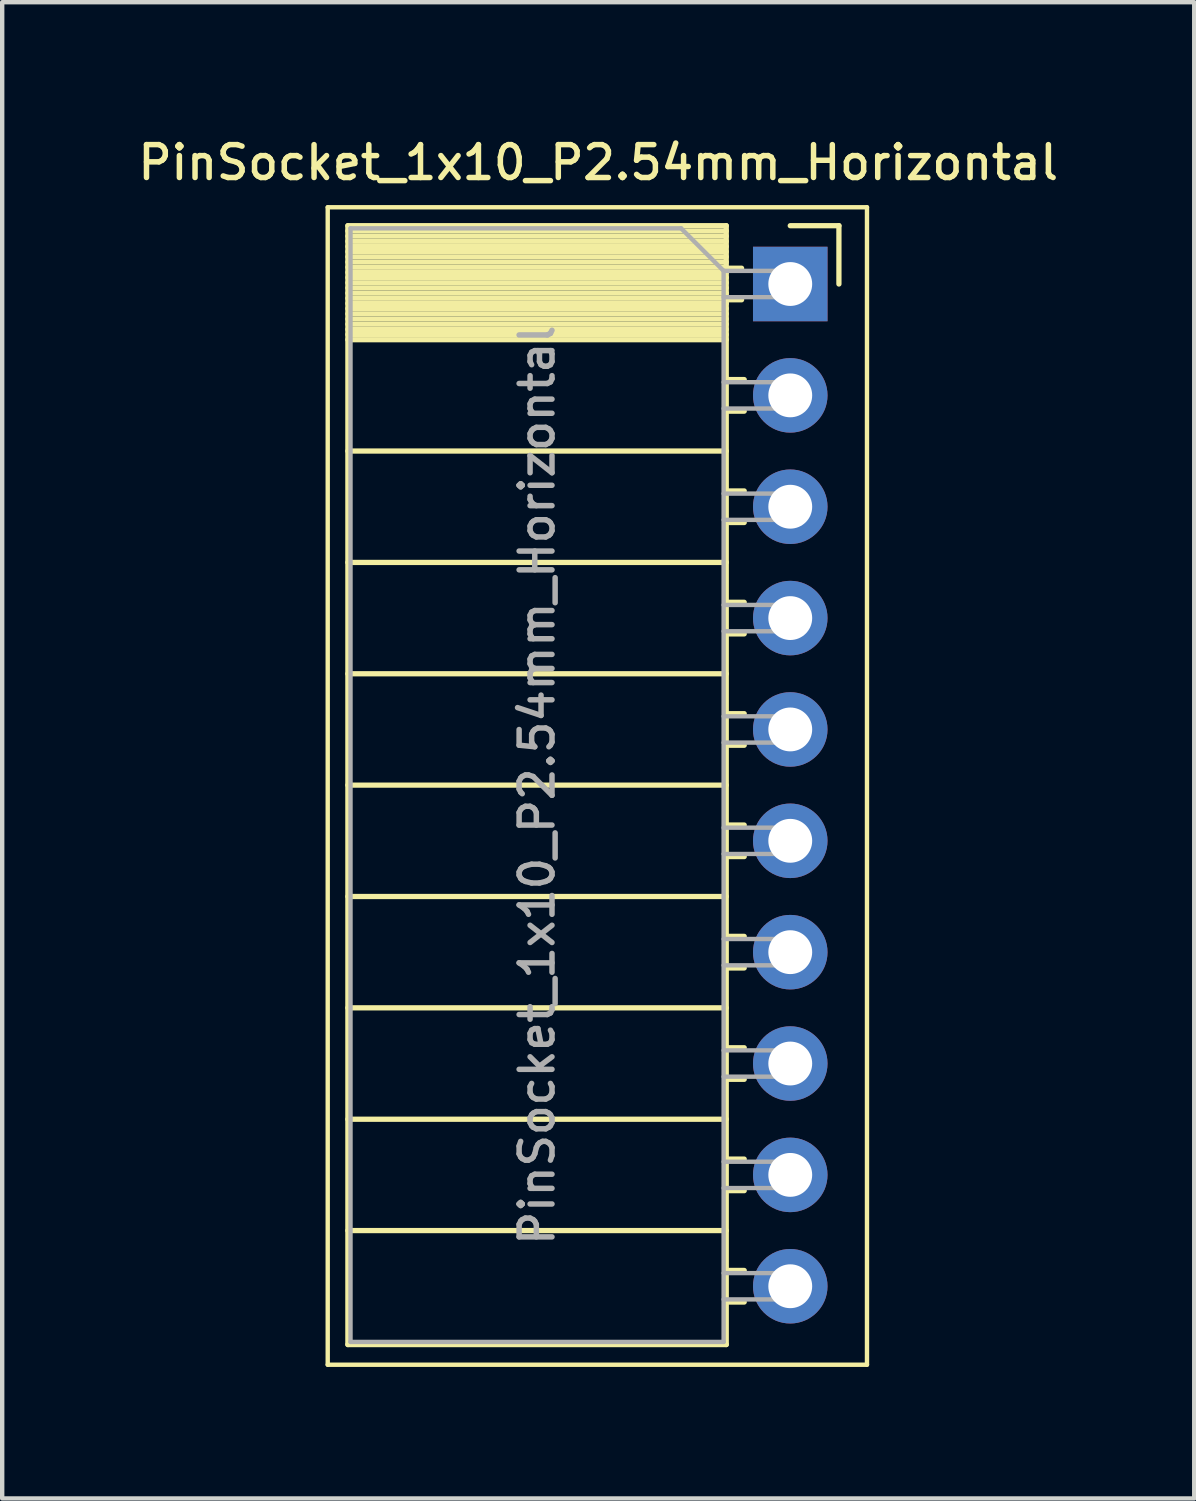
<source format=kicad_pcb>
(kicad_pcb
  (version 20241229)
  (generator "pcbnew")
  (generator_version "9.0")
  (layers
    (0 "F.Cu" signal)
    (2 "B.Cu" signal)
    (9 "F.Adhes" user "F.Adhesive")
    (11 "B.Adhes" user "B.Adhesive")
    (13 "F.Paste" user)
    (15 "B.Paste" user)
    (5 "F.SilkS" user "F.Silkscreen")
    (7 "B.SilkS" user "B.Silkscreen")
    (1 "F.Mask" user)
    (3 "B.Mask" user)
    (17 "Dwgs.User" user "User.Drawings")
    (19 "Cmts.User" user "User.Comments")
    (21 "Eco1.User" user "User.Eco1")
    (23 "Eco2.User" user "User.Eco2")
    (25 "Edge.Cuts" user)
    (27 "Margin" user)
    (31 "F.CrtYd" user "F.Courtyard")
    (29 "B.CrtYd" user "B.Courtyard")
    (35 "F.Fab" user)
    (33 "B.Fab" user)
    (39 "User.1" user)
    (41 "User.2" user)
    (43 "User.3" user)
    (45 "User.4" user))
  (footprint "PinSocket_1x10_P2.54mm_Horizontal"
    (layer "F.Cu")
    (at 14.975 3.428)
    (property "Reference" "PinSocket_1x10_P2.54mm_Horizontal" (at -4.38 -2.77 0) (layer "F.SilkS") (effects (font (size 0.75 0.75) (thickness 0.125))))
    (attr through_hole)
    (fp_line (start -10.55 -1.75) (end -10.55 24.65) (stroke (width 0.1) (type solid)) (layer "F.SilkS"))
    (fp_line (start -10.55 24.65) (end 1.75 24.65) (stroke (width 0.1) (type solid)) (layer "F.SilkS"))
    (fp_line (start -10.09 -1.33) (end -10.09 24.19) (stroke (width 0.12) (type solid)) (layer "F.SilkS"))
    (fp_line (start -10.09 -1.33) (end -1.46 -1.33) (stroke (width 0.12) (type solid)) (layer "F.SilkS"))
    (fp_line (start -10.09 -1.21) (end -1.46 -1.21) (stroke (width 0.12) (type solid)) (layer "F.SilkS"))
    (fp_line (start -10.09 -1.092) (end -1.46 -1.092) (stroke (width 0.12) (type solid)) (layer "F.SilkS"))
    (fp_line (start -10.09 -0.974) (end -1.46 -0.974) (stroke (width 0.12) (type solid)) (layer "F.SilkS"))
    (fp_line (start -10.09 -0.856) (end -1.46 -0.856) (stroke (width 0.12) (type solid)) (layer "F.SilkS"))
    (fp_line (start -10.09 -0.738) (end -1.46 -0.738) (stroke (width 0.12) (type solid)) (layer "F.SilkS"))
    (fp_line (start -10.09 -0.62) (end -1.46 -0.62) (stroke (width 0.12) (type solid)) (layer "F.SilkS"))
    (fp_line (start -10.09 -0.501) (end -1.46 -0.501) (stroke (width 0.12) (type solid)) (layer "F.SilkS"))
    (fp_line (start -10.09 -0.383) (end -1.46 -0.383) (stroke (width 0.12) (type solid)) (layer "F.SilkS"))
    (fp_line (start -10.09 -0.265) (end -1.46 -0.265) (stroke (width 0.12) (type solid)) (layer "F.SilkS"))
    (fp_line (start -10.09 -0.147) (end -1.46 -0.147) (stroke (width 0.12) (type solid)) (layer "F.SilkS"))
    (fp_line (start -10.09 -0.029) (end -1.46 -0.029) (stroke (width 0.12) (type solid)) (layer "F.SilkS"))
    (fp_line (start -10.09 0.089) (end -1.46 0.089) (stroke (width 0.12) (type solid)) (layer "F.SilkS"))
    (fp_line (start -10.09 0.207) (end -1.46 0.207) (stroke (width 0.12) (type solid)) (layer "F.SilkS"))
    (fp_line (start -10.09 0.325) (end -1.46 0.325) (stroke (width 0.12) (type solid)) (layer "F.SilkS"))
    (fp_line (start -10.09 0.443) (end -1.46 0.443) (stroke (width 0.12) (type solid)) (layer "F.SilkS"))
    (fp_line (start -10.09 0.561) (end -1.46 0.561) (stroke (width 0.12) (type solid)) (layer "F.SilkS"))
    (fp_line (start -10.09 0.68) (end -1.46 0.68) (stroke (width 0.12) (type solid)) (layer "F.SilkS"))
    (fp_line (start -10.09 0.798) (end -1.46 0.798) (stroke (width 0.12) (type solid)) (layer "F.SilkS"))
    (fp_line (start -10.09 0.916) (end -1.46 0.916) (stroke (width 0.12) (type solid)) (layer "F.SilkS"))
    (fp_line (start -10.09 1.034) (end -1.46 1.034) (stroke (width 0.12) (type solid)) (layer "F.SilkS"))
    (fp_line (start -10.09 1.152) (end -1.46 1.152) (stroke (width 0.12) (type solid)) (layer "F.SilkS"))
    (fp_line (start -10.09 1.27) (end -1.46 1.27) (stroke (width 0.12) (type solid)) (layer "F.SilkS"))
    (fp_line (start -10.09 3.81) (end -1.46 3.81) (stroke (width 0.12) (type solid)) (layer "F.SilkS"))
    (fp_line (start -10.09 6.35) (end -1.46 6.35) (stroke (width 0.12) (type solid)) (layer "F.SilkS"))
    (fp_line (start -10.09 8.89) (end -1.46 8.89) (stroke (width 0.12) (type solid)) (layer "F.SilkS"))
    (fp_line (start -10.09 11.43) (end -1.46 11.43) (stroke (width 0.12) (type solid)) (layer "F.SilkS"))
    (fp_line (start -10.09 13.97) (end -1.46 13.97) (stroke (width 0.12) (type solid)) (layer "F.SilkS"))
    (fp_line (start -10.09 16.51) (end -1.46 16.51) (stroke (width 0.12) (type solid)) (layer "F.SilkS"))
    (fp_line (start -10.09 19.05) (end -1.46 19.05) (stroke (width 0.12) (type solid)) (layer "F.SilkS"))
    (fp_line (start -10.09 21.59) (end -1.46 21.59) (stroke (width 0.12) (type solid)) (layer "F.SilkS"))
    (fp_line (start -10.09 24.19) (end -1.46 24.19) (stroke (width 0.12) (type solid)) (layer "F.SilkS"))
    (fp_line (start -1.46 -1.33) (end -1.46 24.19) (stroke (width 0.12) (type solid)) (layer "F.SilkS"))
    (fp_line (start -1.46 -0.36) (end -1.11 -0.36) (stroke (width 0.12) (type solid)) (layer "F.SilkS"))
    (fp_line (start -1.46 0.36) (end -1.11 0.36) (stroke (width 0.12) (type solid)) (layer "F.SilkS"))
    (fp_line (start -1.46 2.18) (end -1.05 2.18) (stroke (width 0.12) (type solid)) (layer "F.SilkS"))
    (fp_line (start -1.46 2.9) (end -1.05 2.9) (stroke (width 0.12) (type solid)) (layer "F.SilkS"))
    (fp_line (start -1.46 4.72) (end -1.05 4.72) (stroke (width 0.12) (type solid)) (layer "F.SilkS"))
    (fp_line (start -1.46 5.44) (end -1.05 5.44) (stroke (width 0.12) (type solid)) (layer "F.SilkS"))
    (fp_line (start -1.46 7.26) (end -1.05 7.26) (stroke (width 0.12) (type solid)) (layer "F.SilkS"))
    (fp_line (start -1.46 7.98) (end -1.05 7.98) (stroke (width 0.12) (type solid)) (layer "F.SilkS"))
    (fp_line (start -1.46 9.8) (end -1.05 9.8) (stroke (width 0.12) (type solid)) (layer "F.SilkS"))
    (fp_line (start -1.46 10.52) (end -1.05 10.52) (stroke (width 0.12) (type solid)) (layer "F.SilkS"))
    (fp_line (start -1.46 12.34) (end -1.05 12.34) (stroke (width 0.12) (type solid)) (layer "F.SilkS"))
    (fp_line (start -1.46 13.06) (end -1.05 13.06) (stroke (width 0.12) (type solid)) (layer "F.SilkS"))
    (fp_line (start -1.46 14.88) (end -1.05 14.88) (stroke (width 0.12) (type solid)) (layer "F.SilkS"))
    (fp_line (start -1.46 15.6) (end -1.05 15.6) (stroke (width 0.12) (type solid)) (layer "F.SilkS"))
    (fp_line (start -1.46 17.42) (end -1.05 17.42) (stroke (width 0.12) (type solid)) (layer "F.SilkS"))
    (fp_line (start -1.46 18.14) (end -1.05 18.14) (stroke (width 0.12) (type solid)) (layer "F.SilkS"))
    (fp_line (start -1.46 19.96) (end -1.05 19.96) (stroke (width 0.12) (type solid)) (layer "F.SilkS"))
    (fp_line (start -1.46 20.68) (end -1.05 20.68) (stroke (width 0.12) (type solid)) (layer "F.SilkS"))
    (fp_line (start -1.46 22.5) (end -1.05 22.5) (stroke (width 0.12) (type solid)) (layer "F.SilkS"))
    (fp_line (start -1.46 23.22) (end -1.05 23.22) (stroke (width 0.12) (type solid)) (layer "F.SilkS"))
    (fp_line (start 0 -1.33) (end 1.11 -1.33) (stroke (width 0.12) (type solid)) (layer "F.SilkS"))
    (fp_line (start 1.11 -1.33) (end 1.11 0) (stroke (width 0.12) (type solid)) (layer "F.SilkS"))
    (fp_line (start 1.75 -1.75) (end -10.55 -1.75) (stroke (width 0.1) (type solid)) (layer "F.SilkS"))
    (fp_line (start 1.75 24.65) (end 1.75 -1.75) (stroke (width 0.1) (type solid)) (layer "F.SilkS"))
    (fp_line (start -10.03 -1.27) (end -2.49 -1.27) (stroke (width 0.1) (type solid)) (layer "F.Fab"))
    (fp_line (start -10.03 24.13) (end -10.03 -1.27) (stroke (width 0.1) (type solid)) (layer "F.Fab"))
    (fp_line (start -2.49 -1.27) (end -1.52 -0.3) (stroke (width 0.1) (type solid)) (layer "F.Fab"))
    (fp_line (start -1.52 -0.3) (end -1.52 24.13) (stroke (width 0.1) (type solid)) (layer "F.Fab"))
    (fp_line (start -1.52 0.3) (end 0 0.3) (stroke (width 0.1) (type solid)) (layer "F.Fab"))
    (fp_line (start -1.52 2.84) (end 0 2.84) (stroke (width 0.1) (type solid)) (layer "F.Fab"))
    (fp_line (start -1.52 5.38) (end 0 5.38) (stroke (width 0.1) (type solid)) (layer "F.Fab"))
    (fp_line (start -1.52 7.92) (end 0 7.92) (stroke (width 0.1) (type solid)) (layer "F.Fab"))
    (fp_line (start -1.52 10.46) (end 0 10.46) (stroke (width 0.1) (type solid)) (layer "F.Fab"))
    (fp_line (start -1.52 13) (end 0 13) (stroke (width 0.1) (type solid)) (layer "F.Fab"))
    (fp_line (start -1.52 15.54) (end 0 15.54) (stroke (width 0.1) (type solid)) (layer "F.Fab"))
    (fp_line (start -1.52 18.08) (end 0 18.08) (stroke (width 0.1) (type solid)) (layer "F.Fab"))
    (fp_line (start -1.52 20.62) (end 0 20.62) (stroke (width 0.1) (type solid)) (layer "F.Fab"))
    (fp_line (start -1.52 23.16) (end 0 23.16) (stroke (width 0.1) (type solid)) (layer "F.Fab"))
    (fp_line (start -1.52 24.13) (end -10.03 24.13) (stroke (width 0.1) (type solid)) (layer "F.Fab"))
    (fp_line (start 0 -0.3) (end -1.52 -0.3) (stroke (width 0.1) (type solid)) (layer "F.Fab"))
    (fp_line (start 0 0.3) (end 0 -0.3) (stroke (width 0.1) (type solid)) (layer "F.Fab"))
    (fp_line (start 0 2.24) (end -1.52 2.24) (stroke (width 0.1) (type solid)) (layer "F.Fab"))
    (fp_line (start 0 2.84) (end 0 2.24) (stroke (width 0.1) (type solid)) (layer "F.Fab"))
    (fp_line (start 0 4.78) (end -1.52 4.78) (stroke (width 0.1) (type solid)) (layer "F.Fab"))
    (fp_line (start 0 5.38) (end 0 4.78) (stroke (width 0.1) (type solid)) (layer "F.Fab"))
    (fp_line (start 0 7.32) (end -1.52 7.32) (stroke (width 0.1) (type solid)) (layer "F.Fab"))
    (fp_line (start 0 7.92) (end 0 7.32) (stroke (width 0.1) (type solid)) (layer "F.Fab"))
    (fp_line (start 0 9.86) (end -1.52 9.86) (stroke (width 0.1) (type solid)) (layer "F.Fab"))
    (fp_line (start 0 10.46) (end 0 9.86) (stroke (width 0.1) (type solid)) (layer "F.Fab"))
    (fp_line (start 0 12.4) (end -1.52 12.4) (stroke (width 0.1) (type solid)) (layer "F.Fab"))
    (fp_line (start 0 13) (end 0 12.4) (stroke (width 0.1) (type solid)) (layer "F.Fab"))
    (fp_line (start 0 14.94) (end -1.52 14.94) (stroke (width 0.1) (type solid)) (layer "F.Fab"))
    (fp_line (start 0 15.54) (end 0 14.94) (stroke (width 0.1) (type solid)) (layer "F.Fab"))
    (fp_line (start 0 17.48) (end -1.52 17.48) (stroke (width 0.1) (type solid)) (layer "F.Fab"))
    (fp_line (start 0 18.08) (end 0 17.48) (stroke (width 0.1) (type solid)) (layer "F.Fab"))
    (fp_line (start 0 20.02) (end -1.52 20.02) (stroke (width 0.1) (type solid)) (layer "F.Fab"))
    (fp_line (start 0 20.62) (end 0 20.02) (stroke (width 0.1) (type solid)) (layer "F.Fab"))
    (fp_line (start 0 22.56) (end -1.52 22.56) (stroke (width 0.1) (type solid)) (layer "F.Fab"))
    (fp_line (start 0 23.16) (end 0 22.56) (stroke (width 0.1) (type solid)) (layer "F.Fab"))
    (fp_text user "${REFERENCE}" (at -5.775 11.43 90) (layer "F.Fab") (effects (font (size 0.75 0.75) (thickness 0.125))))
    (pad "1" thru_hole rect (at 0 0) (size 1.7 1.7) (drill 1) (layers "*.Cu" "*.Mask"))
    (pad "2" thru_hole oval (at 0 2.54) (size 1.7 1.7) (drill 1) (layers "*.Cu" "*.Mask"))
    (pad "3" thru_hole oval (at 0 5.08) (size 1.7 1.7) (drill 1) (layers "*.Cu" "*.Mask"))
    (pad "4" thru_hole oval (at 0 7.62) (size 1.7 1.7) (drill 1) (layers "*.Cu" "*.Mask"))
    (pad "5" thru_hole oval (at 0 10.16) (size 1.7 1.7) (drill 1) (layers "*.Cu" "*.Mask"))
    (pad "6" thru_hole oval (at 0 12.7) (size 1.7 1.7) (drill 1) (layers "*.Cu" "*.Mask"))
    (pad "7" thru_hole oval (at 0 15.24) (size 1.7 1.7) (drill 1) (layers "*.Cu" "*.Mask"))
    (pad "8" thru_hole oval (at 0 17.78) (size 1.7 1.7) (drill 1) (layers "*.Cu" "*.Mask"))
    (pad "9" thru_hole oval (at 0 20.32) (size 1.7 1.7) (drill 1) (layers "*.Cu" "*.Mask"))
    (pad "10" thru_hole oval (at 0 22.86) (size 1.7 1.7) (drill 1) (layers "*.Cu" "*.Mask")))
  (gr_rect
    (start -3 -3)
    (end 24.189 31.128)
    (stroke (width 0.1) (type default))
    (fill no)
    (layer "Edge.Cuts")))
</source>
